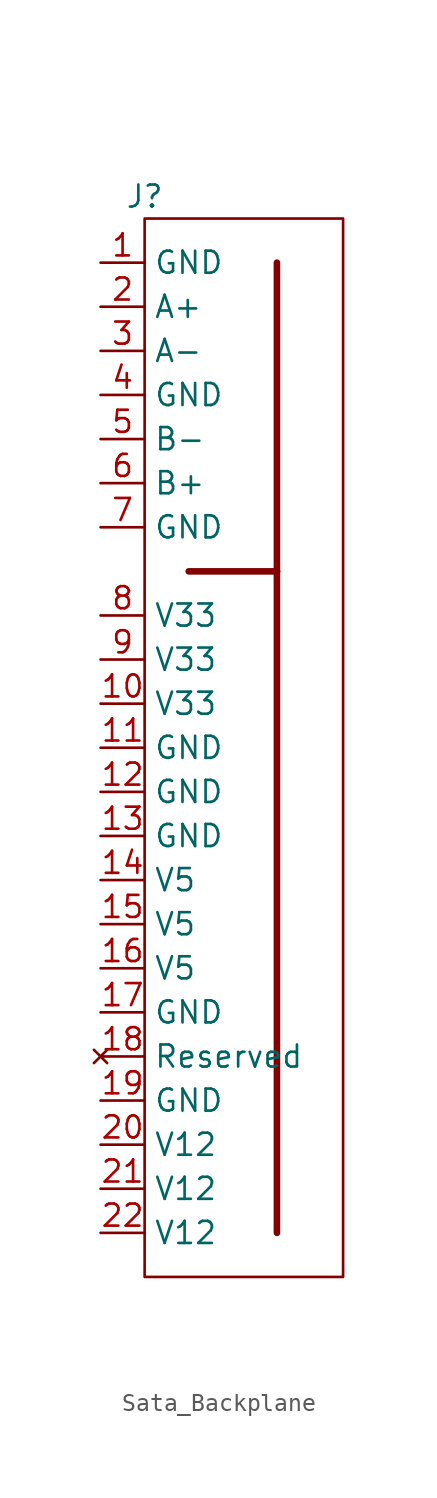
<source format=kicad_sym>
(kicad_symbol_lib
  (version 20241209)
  (generator "kicad_symbol_editor")
  (generator_version "9.0")
  (symbol "Sata_Backplane"
    (property "Reference" "J"
      (at 0 0 0)
      (effects (font (size 1.27 1.27))))
    (property "Value" ""
      (at 0 0 0)
      (effects (font (size 1.27 1.27))))
    (symbol "Sata_Backplane_0_1"
      (rectangle (start 0 -1.27) (end 11.43 -62.23) (stroke (width 0) (type default)) (fill (type none))))
    (symbol "Sata_Backplane_1_1"
      (polyline (pts (xy 2.54 -21.59) (xy 7.62 -21.59)) (stroke (width 0.381) (type solid)) (fill (type none)))
      (polyline (pts (xy 7.62 -21.59) (xy 7.62 -3.81)) (stroke (width 0.381) (type solid)) (fill (type none)))
      (polyline (pts (xy 7.62 -21.59) (xy 7.62 -59.69)) (stroke (width 0.381) (type solid)) (fill (type none)))
      (pin power_out line (at -2.54 -3.81 0) (length 2.54) (name "GND" (effects (font (size 1.27 1.27)))) (number "1" (effects (font (size 1.27 1.27)))) (alternate "D1" power_out line))
      (pin output line (at -2.54 -6.35 0) (length 2.54) (name "A+" (effects (font (size 1.27 1.27)))) (number "2" (effects (font (size 1.27 1.27)))) (alternate "D2" output line))
      (pin output line (at -2.54 -8.89 0) (length 2.54) (name "A-" (effects (font (size 1.27 1.27)))) (number "3" (effects (font (size 1.27 1.27)))) (alternate "D3" output line))
      (pin power_out line (at -2.54 -11.43 0) (length 2.54) (name "GND" (effects (font (size 1.27 1.27)))) (number "4" (effects (font (size 1.27 1.27)))) (alternate "D4" power_out line))
      (pin input line (at -2.54 -13.97 0) (length 2.54) (name "B-" (effects (font (size 1.27 1.27)))) (number "5" (effects (font (size 1.27 1.27)))) (alternate "D5" input line))
      (pin input line (at -2.54 -16.51 0) (length 2.54) (name "B+" (effects (font (size 1.27 1.27)))) (number "6" (effects (font (size 1.27 1.27)))) (alternate "D6" input line))
      (pin power_out line (at -2.54 -19.05 0) (length 2.54) (name "GND" (effects (font (size 1.27 1.27)))) (number "7" (effects (font (size 1.27 1.27)))))
      (pin power_out line (at -2.54 -24.13 0) (length 2.54) (name "V33" (effects (font (size 1.27 1.27)))) (number "8" (effects (font (size 1.27 1.27)))) (alternate "P1" power_out line))
      (pin power_out line (at -2.54 -26.67 0) (length 2.54) (name "V33" (effects (font (size 1.27 1.27)))) (number "9" (effects (font (size 1.27 1.27)))) (alternate "P2" power_out line))
      (pin power_out line (at -2.54 -29.21 0) (length 2.54) (name "V33" (effects (font (size 1.27 1.27)))) (number "10" (effects (font (size 1.27 1.27)))) (alternate "2nd Mate" power_out line) (alternate "P3" power_out line) (alternate "Pre-charge" power_out line))
      (pin power_out line (at -2.54 -31.75 0) (length 2.54) (name "GND" (effects (font (size 1.27 1.27)))) (number "11" (effects (font (size 1.27 1.27)))) (alternate "1st Mate" power_out line) (alternate "P4" power_out line))
      (pin power_out line (at -2.54 -34.29 0) (length 2.54) (name "GND" (effects (font (size 1.27 1.27)))) (number "12" (effects (font (size 1.27 1.27)))) (alternate "2nd Mate" power_out line) (alternate "P5" power_out line))
      (pin power_out line (at -2.54 -36.83 0) (length 2.54) (name "GND" (effects (font (size 1.27 1.27)))) (number "13" (effects (font (size 1.27 1.27)))) (alternate "3rd Mate" power_out line) (alternate "P6" power_out line))
      (pin power_out line (at -2.54 -39.37 0) (length 2.54) (name "V5" (effects (font (size 1.27 1.27)))) (number "14" (effects (font (size 1.27 1.27)))) (alternate "2nd Mate" power_out line) (alternate "P7" power_out line) (alternate "Pre-charge" power_out line))
      (pin power_out line (at -2.54 -41.91 0) (length 2.54) (name "V5" (effects (font (size 1.27 1.27)))) (number "15" (effects (font (size 1.27 1.27)))) (alternate "P8" power_out line))
      (pin power_out line (at -2.54 -44.45 0) (length 2.54) (name "V5" (effects (font (size 1.27 1.27)))) (number "16" (effects (font (size 1.27 1.27)))) (alternate "P9" power_out line))
      (pin power_out line (at -2.54 -46.99 0) (length 2.54) (name "GND" (effects (font (size 1.27 1.27)))) (number "17" (effects (font (size 1.27 1.27)))) (alternate "2nd Mate" power_out line) (alternate "P10" power_out line))
      (pin no_connect line (at -2.54 -49.53 0) (length 2.54) (name "Reserved" (effects (font (size 1.27 1.27)))) (number "18" (effects (font (size 1.27 1.27)))) (alternate "P11" no_connect line))
      (pin power_out line (at -2.54 -52.07 0) (length 2.54) (name "GND" (effects (font (size 1.27 1.27)))) (number "19" (effects (font (size 1.27 1.27)))) (alternate "1st Mate" power_out line) (alternate "P12" power_out line))
      (pin power_out line (at -2.54 -54.61 0) (length 2.54) (name "V12" (effects (font (size 1.27 1.27)))) (number "20" (effects (font (size 1.27 1.27)))) (alternate "2nd Mate" power_out line) (alternate "P13" power_out line) (alternate "Pre-charge" power_out line))
      (pin power_out line (at -2.54 -57.15 0) (length 2.54) (name "V12" (effects (font (size 1.27 1.27)))) (number "21" (effects (font (size 1.27 1.27)))) (alternate "P14" power_out line))
      (pin power_out line (at -2.54 -59.69 0) (length 2.54) (name "V12" (effects (font (size 1.27 1.27)))) (number "22" (effects (font (size 1.27 1.27)))) (alternate "P15" power_out line)))))
</source>
